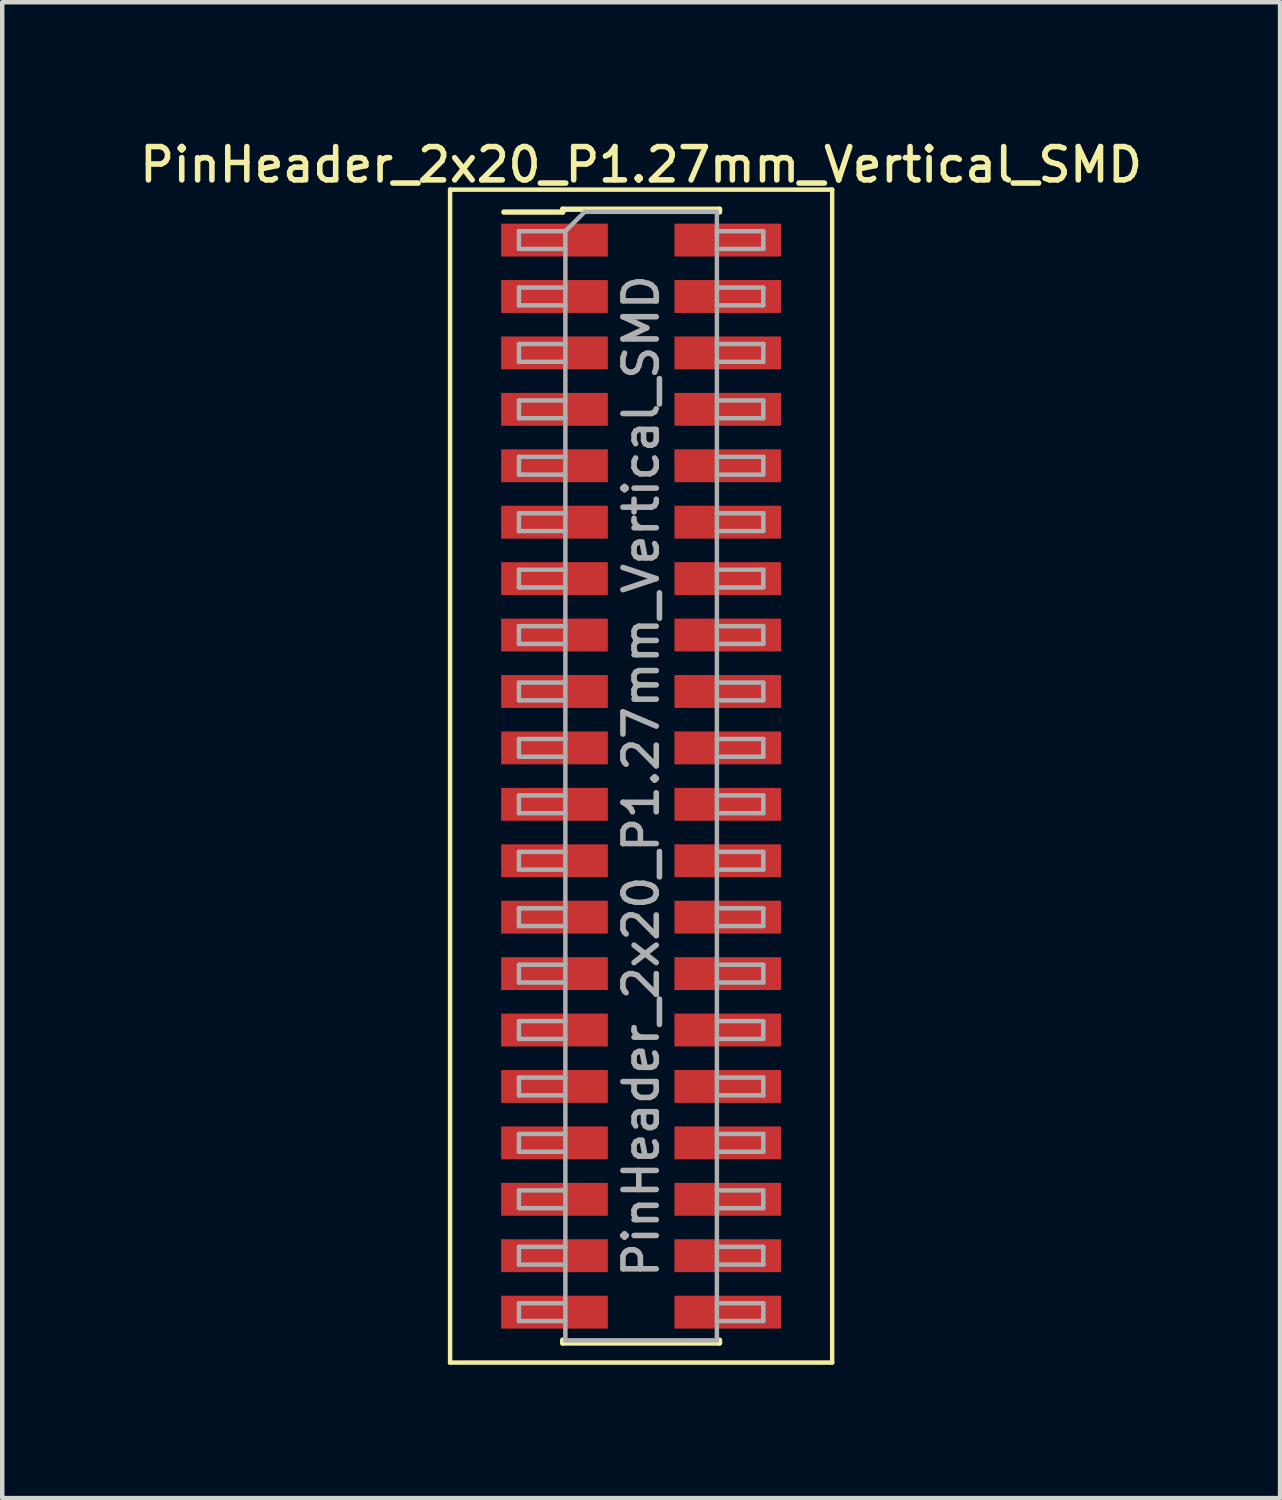
<source format=kicad_pcb>
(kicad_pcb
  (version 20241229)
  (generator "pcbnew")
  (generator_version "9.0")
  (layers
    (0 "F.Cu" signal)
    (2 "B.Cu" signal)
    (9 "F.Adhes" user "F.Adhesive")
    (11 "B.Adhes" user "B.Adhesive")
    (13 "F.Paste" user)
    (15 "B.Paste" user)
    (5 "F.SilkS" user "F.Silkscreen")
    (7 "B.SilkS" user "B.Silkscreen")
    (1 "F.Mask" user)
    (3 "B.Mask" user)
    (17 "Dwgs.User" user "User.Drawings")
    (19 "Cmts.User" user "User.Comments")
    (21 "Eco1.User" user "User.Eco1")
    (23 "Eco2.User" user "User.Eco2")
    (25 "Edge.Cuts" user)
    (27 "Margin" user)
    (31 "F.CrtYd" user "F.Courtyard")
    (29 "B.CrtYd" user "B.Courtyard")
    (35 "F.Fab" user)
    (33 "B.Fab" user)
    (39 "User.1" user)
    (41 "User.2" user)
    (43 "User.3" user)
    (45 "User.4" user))
  (footprint "PinHeader_2x20_P1.27mm_Vertical_SMD"
    (layer "F.Cu")
    (at 11.38 14.418)
    (property "Reference" "PinHeader_2x20_P1.27mm_Vertical_SMD" (at 0 -13.76 0) (layer "F.SilkS") (effects (font (size 0.75 0.75) (thickness 0.125))))
    (attr smd)
    (fp_line (start -4.3 -13.2) (end -4.3 13.2) (stroke (width 0.1) (type solid)) (layer "F.SilkS"))
    (fp_line (start -4.3 13.2) (end 4.3 13.2) (stroke (width 0.1) (type solid)) (layer "F.SilkS"))
    (fp_line (start -3.09 -12.695) (end -1.765 -12.695) (stroke (width 0.12) (type solid)) (layer "F.SilkS"))
    (fp_line (start -1.765 -12.76) (end -1.765 -12.695) (stroke (width 0.12) (type solid)) (layer "F.SilkS"))
    (fp_line (start -1.765 -12.76) (end 1.765 -12.76) (stroke (width 0.12) (type solid)) (layer "F.SilkS"))
    (fp_line (start -1.765 12.695) (end -1.765 12.76) (stroke (width 0.12) (type solid)) (layer "F.SilkS"))
    (fp_line (start -1.765 12.76) (end 1.765 12.76) (stroke (width 0.12) (type solid)) (layer "F.SilkS"))
    (fp_line (start 1.765 -12.76) (end 1.765 -12.695) (stroke (width 0.12) (type solid)) (layer "F.SilkS"))
    (fp_line (start 1.765 12.695) (end 1.765 12.76) (stroke (width 0.12) (type solid)) (layer "F.SilkS"))
    (fp_line (start 4.3 -13.2) (end -4.3 -13.2) (stroke (width 0.1) (type solid)) (layer "F.SilkS"))
    (fp_line (start 4.3 13.2) (end 4.3 -13.2) (stroke (width 0.1) (type solid)) (layer "F.SilkS"))
    (fp_line (start -2.75 -12.265) (end -2.75 -11.865) (stroke (width 0.1) (type solid)) (layer "F.Fab"))
    (fp_line (start -2.75 -11.865) (end -1.705 -11.865) (stroke (width 0.1) (type solid)) (layer "F.Fab"))
    (fp_line (start -2.75 -10.995) (end -2.75 -10.595) (stroke (width 0.1) (type solid)) (layer "F.Fab"))
    (fp_line (start -2.75 -10.595) (end -1.705 -10.595) (stroke (width 0.1) (type solid)) (layer "F.Fab"))
    (fp_line (start -2.75 -9.725) (end -2.75 -9.325) (stroke (width 0.1) (type solid)) (layer "F.Fab"))
    (fp_line (start -2.75 -9.325) (end -1.705 -9.325) (stroke (width 0.1) (type solid)) (layer "F.Fab"))
    (fp_line (start -2.75 -8.455) (end -2.75 -8.055) (stroke (width 0.1) (type solid)) (layer "F.Fab"))
    (fp_line (start -2.75 -8.055) (end -1.705 -8.055) (stroke (width 0.1) (type solid)) (layer "F.Fab"))
    (fp_line (start -2.75 -7.185) (end -2.75 -6.785) (stroke (width 0.1) (type solid)) (layer "F.Fab"))
    (fp_line (start -2.75 -6.785) (end -1.705 -6.785) (stroke (width 0.1) (type solid)) (layer "F.Fab"))
    (fp_line (start -2.75 -5.915) (end -2.75 -5.515) (stroke (width 0.1) (type solid)) (layer "F.Fab"))
    (fp_line (start -2.75 -5.515) (end -1.705 -5.515) (stroke (width 0.1) (type solid)) (layer "F.Fab"))
    (fp_line (start -2.75 -4.645) (end -2.75 -4.245) (stroke (width 0.1) (type solid)) (layer "F.Fab"))
    (fp_line (start -2.75 -4.245) (end -1.705 -4.245) (stroke (width 0.1) (type solid)) (layer "F.Fab"))
    (fp_line (start -2.75 -3.375) (end -2.75 -2.975) (stroke (width 0.1) (type solid)) (layer "F.Fab"))
    (fp_line (start -2.75 -2.975) (end -1.705 -2.975) (stroke (width 0.1) (type solid)) (layer "F.Fab"))
    (fp_line (start -2.75 -2.105) (end -2.75 -1.705) (stroke (width 0.1) (type solid)) (layer "F.Fab"))
    (fp_line (start -2.75 -1.705) (end -1.705 -1.705) (stroke (width 0.1) (type solid)) (layer "F.Fab"))
    (fp_line (start -2.75 -0.835) (end -2.75 -0.435) (stroke (width 0.1) (type solid)) (layer "F.Fab"))
    (fp_line (start -2.75 -0.435) (end -1.705 -0.435) (stroke (width 0.1) (type solid)) (layer "F.Fab"))
    (fp_line (start -2.75 0.435) (end -2.75 0.835) (stroke (width 0.1) (type solid)) (layer "F.Fab"))
    (fp_line (start -2.75 0.835) (end -1.705 0.835) (stroke (width 0.1) (type solid)) (layer "F.Fab"))
    (fp_line (start -2.75 1.705) (end -2.75 2.105) (stroke (width 0.1) (type solid)) (layer "F.Fab"))
    (fp_line (start -2.75 2.105) (end -1.705 2.105) (stroke (width 0.1) (type solid)) (layer "F.Fab"))
    (fp_line (start -2.75 2.975) (end -2.75 3.375) (stroke (width 0.1) (type solid)) (layer "F.Fab"))
    (fp_line (start -2.75 3.375) (end -1.705 3.375) (stroke (width 0.1) (type solid)) (layer "F.Fab"))
    (fp_line (start -2.75 4.245) (end -2.75 4.645) (stroke (width 0.1) (type solid)) (layer "F.Fab"))
    (fp_line (start -2.75 4.645) (end -1.705 4.645) (stroke (width 0.1) (type solid)) (layer "F.Fab"))
    (fp_line (start -2.75 5.515) (end -2.75 5.915) (stroke (width 0.1) (type solid)) (layer "F.Fab"))
    (fp_line (start -2.75 5.915) (end -1.705 5.915) (stroke (width 0.1) (type solid)) (layer "F.Fab"))
    (fp_line (start -2.75 6.785) (end -2.75 7.185) (stroke (width 0.1) (type solid)) (layer "F.Fab"))
    (fp_line (start -2.75 7.185) (end -1.705 7.185) (stroke (width 0.1) (type solid)) (layer "F.Fab"))
    (fp_line (start -2.75 8.055) (end -2.75 8.455) (stroke (width 0.1) (type solid)) (layer "F.Fab"))
    (fp_line (start -2.75 8.455) (end -1.705 8.455) (stroke (width 0.1) (type solid)) (layer "F.Fab"))
    (fp_line (start -2.75 9.325) (end -2.75 9.725) (stroke (width 0.1) (type solid)) (layer "F.Fab"))
    (fp_line (start -2.75 9.725) (end -1.705 9.725) (stroke (width 0.1) (type solid)) (layer "F.Fab"))
    (fp_line (start -2.75 10.595) (end -2.75 10.995) (stroke (width 0.1) (type solid)) (layer "F.Fab"))
    (fp_line (start -2.75 10.995) (end -1.705 10.995) (stroke (width 0.1) (type solid)) (layer "F.Fab"))
    (fp_line (start -2.75 11.865) (end -2.75 12.265) (stroke (width 0.1) (type solid)) (layer "F.Fab"))
    (fp_line (start -2.75 12.265) (end -1.705 12.265) (stroke (width 0.1) (type solid)) (layer "F.Fab"))
    (fp_line (start -1.705 -12.265) (end -2.75 -12.265) (stroke (width 0.1) (type solid)) (layer "F.Fab"))
    (fp_line (start -1.705 -12.265) (end -1.27 -12.7) (stroke (width 0.1) (type solid)) (layer "F.Fab"))
    (fp_line (start -1.705 -10.995) (end -2.75 -10.995) (stroke (width 0.1) (type solid)) (layer "F.Fab"))
    (fp_line (start -1.705 -9.725) (end -2.75 -9.725) (stroke (width 0.1) (type solid)) (layer "F.Fab"))
    (fp_line (start -1.705 -8.455) (end -2.75 -8.455) (stroke (width 0.1) (type solid)) (layer "F.Fab"))
    (fp_line (start -1.705 -7.185) (end -2.75 -7.185) (stroke (width 0.1) (type solid)) (layer "F.Fab"))
    (fp_line (start -1.705 -5.915) (end -2.75 -5.915) (stroke (width 0.1) (type solid)) (layer "F.Fab"))
    (fp_line (start -1.705 -4.645) (end -2.75 -4.645) (stroke (width 0.1) (type solid)) (layer "F.Fab"))
    (fp_line (start -1.705 -3.375) (end -2.75 -3.375) (stroke (width 0.1) (type solid)) (layer "F.Fab"))
    (fp_line (start -1.705 -2.105) (end -2.75 -2.105) (stroke (width 0.1) (type solid)) (layer "F.Fab"))
    (fp_line (start -1.705 -0.835) (end -2.75 -0.835) (stroke (width 0.1) (type solid)) (layer "F.Fab"))
    (fp_line (start -1.705 0.435) (end -2.75 0.435) (stroke (width 0.1) (type solid)) (layer "F.Fab"))
    (fp_line (start -1.705 1.705) (end -2.75 1.705) (stroke (width 0.1) (type solid)) (layer "F.Fab"))
    (fp_line (start -1.705 2.975) (end -2.75 2.975) (stroke (width 0.1) (type solid)) (layer "F.Fab"))
    (fp_line (start -1.705 4.245) (end -2.75 4.245) (stroke (width 0.1) (type solid)) (layer "F.Fab"))
    (fp_line (start -1.705 5.515) (end -2.75 5.515) (stroke (width 0.1) (type solid)) (layer "F.Fab"))
    (fp_line (start -1.705 6.785) (end -2.75 6.785) (stroke (width 0.1) (type solid)) (layer "F.Fab"))
    (fp_line (start -1.705 8.055) (end -2.75 8.055) (stroke (width 0.1) (type solid)) (layer "F.Fab"))
    (fp_line (start -1.705 9.325) (end -2.75 9.325) (stroke (width 0.1) (type solid)) (layer "F.Fab"))
    (fp_line (start -1.705 10.595) (end -2.75 10.595) (stroke (width 0.1) (type solid)) (layer "F.Fab"))
    (fp_line (start -1.705 11.865) (end -2.75 11.865) (stroke (width 0.1) (type solid)) (layer "F.Fab"))
    (fp_line (start -1.705 12.7) (end -1.705 -12.265) (stroke (width 0.1) (type solid)) (layer "F.Fab"))
    (fp_line (start -1.27 -12.7) (end 1.705 -12.7) (stroke (width 0.1) (type solid)) (layer "F.Fab"))
    (fp_line (start 1.705 -12.7) (end 1.705 12.7) (stroke (width 0.1) (type solid)) (layer "F.Fab"))
    (fp_line (start 1.705 -12.265) (end 2.75 -12.265) (stroke (width 0.1) (type solid)) (layer "F.Fab"))
    (fp_line (start 1.705 -10.995) (end 2.75 -10.995) (stroke (width 0.1) (type solid)) (layer "F.Fab"))
    (fp_line (start 1.705 -9.725) (end 2.75 -9.725) (stroke (width 0.1) (type solid)) (layer "F.Fab"))
    (fp_line (start 1.705 -8.455) (end 2.75 -8.455) (stroke (width 0.1) (type solid)) (layer "F.Fab"))
    (fp_line (start 1.705 -7.185) (end 2.75 -7.185) (stroke (width 0.1) (type solid)) (layer "F.Fab"))
    (fp_line (start 1.705 -5.915) (end 2.75 -5.915) (stroke (width 0.1) (type solid)) (layer "F.Fab"))
    (fp_line (start 1.705 -4.645) (end 2.75 -4.645) (stroke (width 0.1) (type solid)) (layer "F.Fab"))
    (fp_line (start 1.705 -3.375) (end 2.75 -3.375) (stroke (width 0.1) (type solid)) (layer "F.Fab"))
    (fp_line (start 1.705 -2.105) (end 2.75 -2.105) (stroke (width 0.1) (type solid)) (layer "F.Fab"))
    (fp_line (start 1.705 -0.835) (end 2.75 -0.835) (stroke (width 0.1) (type solid)) (layer "F.Fab"))
    (fp_line (start 1.705 0.435) (end 2.75 0.435) (stroke (width 0.1) (type solid)) (layer "F.Fab"))
    (fp_line (start 1.705 1.705) (end 2.75 1.705) (stroke (width 0.1) (type solid)) (layer "F.Fab"))
    (fp_line (start 1.705 2.975) (end 2.75 2.975) (stroke (width 0.1) (type solid)) (layer "F.Fab"))
    (fp_line (start 1.705 4.245) (end 2.75 4.245) (stroke (width 0.1) (type solid)) (layer "F.Fab"))
    (fp_line (start 1.705 5.515) (end 2.75 5.515) (stroke (width 0.1) (type solid)) (layer "F.Fab"))
    (fp_line (start 1.705 6.785) (end 2.75 6.785) (stroke (width 0.1) (type solid)) (layer "F.Fab"))
    (fp_line (start 1.705 8.055) (end 2.75 8.055) (stroke (width 0.1) (type solid)) (layer "F.Fab"))
    (fp_line (start 1.705 9.325) (end 2.75 9.325) (stroke (width 0.1) (type solid)) (layer "F.Fab"))
    (fp_line (start 1.705 10.595) (end 2.75 10.595) (stroke (width 0.1) (type solid)) (layer "F.Fab"))
    (fp_line (start 1.705 11.865) (end 2.75 11.865) (stroke (width 0.1) (type solid)) (layer "F.Fab"))
    (fp_line (start 1.705 12.7) (end -1.705 12.7) (stroke (width 0.1) (type solid)) (layer "F.Fab"))
    (fp_line (start 2.75 -12.265) (end 2.75 -11.865) (stroke (width 0.1) (type solid)) (layer "F.Fab"))
    (fp_line (start 2.75 -11.865) (end 1.705 -11.865) (stroke (width 0.1) (type solid)) (layer "F.Fab"))
    (fp_line (start 2.75 -10.995) (end 2.75 -10.595) (stroke (width 0.1) (type solid)) (layer "F.Fab"))
    (fp_line (start 2.75 -10.595) (end 1.705 -10.595) (stroke (width 0.1) (type solid)) (layer "F.Fab"))
    (fp_line (start 2.75 -9.725) (end 2.75 -9.325) (stroke (width 0.1) (type solid)) (layer "F.Fab"))
    (fp_line (start 2.75 -9.325) (end 1.705 -9.325) (stroke (width 0.1) (type solid)) (layer "F.Fab"))
    (fp_line (start 2.75 -8.455) (end 2.75 -8.055) (stroke (width 0.1) (type solid)) (layer "F.Fab"))
    (fp_line (start 2.75 -8.055) (end 1.705 -8.055) (stroke (width 0.1) (type solid)) (layer "F.Fab"))
    (fp_line (start 2.75 -7.185) (end 2.75 -6.785) (stroke (width 0.1) (type solid)) (layer "F.Fab"))
    (fp_line (start 2.75 -6.785) (end 1.705 -6.785) (stroke (width 0.1) (type solid)) (layer "F.Fab"))
    (fp_line (start 2.75 -5.915) (end 2.75 -5.515) (stroke (width 0.1) (type solid)) (layer "F.Fab"))
    (fp_line (start 2.75 -5.515) (end 1.705 -5.515) (stroke (width 0.1) (type solid)) (layer "F.Fab"))
    (fp_line (start 2.75 -4.645) (end 2.75 -4.245) (stroke (width 0.1) (type solid)) (layer "F.Fab"))
    (fp_line (start 2.75 -4.245) (end 1.705 -4.245) (stroke (width 0.1) (type solid)) (layer "F.Fab"))
    (fp_line (start 2.75 -3.375) (end 2.75 -2.975) (stroke (width 0.1) (type solid)) (layer "F.Fab"))
    (fp_line (start 2.75 -2.975) (end 1.705 -2.975) (stroke (width 0.1) (type solid)) (layer "F.Fab"))
    (fp_line (start 2.75 -2.105) (end 2.75 -1.705) (stroke (width 0.1) (type solid)) (layer "F.Fab"))
    (fp_line (start 2.75 -1.705) (end 1.705 -1.705) (stroke (width 0.1) (type solid)) (layer "F.Fab"))
    (fp_line (start 2.75 -0.835) (end 2.75 -0.435) (stroke (width 0.1) (type solid)) (layer "F.Fab"))
    (fp_line (start 2.75 -0.435) (end 1.705 -0.435) (stroke (width 0.1) (type solid)) (layer "F.Fab"))
    (fp_line (start 2.75 0.435) (end 2.75 0.835) (stroke (width 0.1) (type solid)) (layer "F.Fab"))
    (fp_line (start 2.75 0.835) (end 1.705 0.835) (stroke (width 0.1) (type solid)) (layer "F.Fab"))
    (fp_line (start 2.75 1.705) (end 2.75 2.105) (stroke (width 0.1) (type solid)) (layer "F.Fab"))
    (fp_line (start 2.75 2.105) (end 1.705 2.105) (stroke (width 0.1) (type solid)) (layer "F.Fab"))
    (fp_line (start 2.75 2.975) (end 2.75 3.375) (stroke (width 0.1) (type solid)) (layer "F.Fab"))
    (fp_line (start 2.75 3.375) (end 1.705 3.375) (stroke (width 0.1) (type solid)) (layer "F.Fab"))
    (fp_line (start 2.75 4.245) (end 2.75 4.645) (stroke (width 0.1) (type solid)) (layer "F.Fab"))
    (fp_line (start 2.75 4.645) (end 1.705 4.645) (stroke (width 0.1) (type solid)) (layer "F.Fab"))
    (fp_line (start 2.75 5.515) (end 2.75 5.915) (stroke (width 0.1) (type solid)) (layer "F.Fab"))
    (fp_line (start 2.75 5.915) (end 1.705 5.915) (stroke (width 0.1) (type solid)) (layer "F.Fab"))
    (fp_line (start 2.75 6.785) (end 2.75 7.185) (stroke (width 0.1) (type solid)) (layer "F.Fab"))
    (fp_line (start 2.75 7.185) (end 1.705 7.185) (stroke (width 0.1) (type solid)) (layer "F.Fab"))
    (fp_line (start 2.75 8.055) (end 2.75 8.455) (stroke (width 0.1) (type solid)) (layer "F.Fab"))
    (fp_line (start 2.75 8.455) (end 1.705 8.455) (stroke (width 0.1) (type solid)) (layer "F.Fab"))
    (fp_line (start 2.75 9.325) (end 2.75 9.725) (stroke (width 0.1) (type solid)) (layer "F.Fab"))
    (fp_line (start 2.75 9.725) (end 1.705 9.725) (stroke (width 0.1) (type solid)) (layer "F.Fab"))
    (fp_line (start 2.75 10.595) (end 2.75 10.995) (stroke (width 0.1) (type solid)) (layer "F.Fab"))
    (fp_line (start 2.75 10.995) (end 1.705 10.995) (stroke (width 0.1) (type solid)) (layer "F.Fab"))
    (fp_line (start 2.75 11.865) (end 2.75 12.265) (stroke (width 0.1) (type solid)) (layer "F.Fab"))
    (fp_line (start 2.75 12.265) (end 1.705 12.265) (stroke (width 0.1) (type solid)) (layer "F.Fab"))
    (fp_text user "${REFERENCE}" (at 0 0 90) (layer "F.Fab") (effects (font (size 0.75 0.75) (thickness 0.125))))
    (pad "1" smd rect (at -1.95 -12.065) (size 2.4 0.74) (layers "F.Cu" "F.Mask" "F.Paste"))
    (pad "2" smd rect (at 1.95 -12.065) (size 2.4 0.74) (layers "F.Cu" "F.Mask" "F.Paste"))
    (pad "3" smd rect (at -1.95 -10.795) (size 2.4 0.74) (layers "F.Cu" "F.Mask" "F.Paste"))
    (pad "4" smd rect (at 1.95 -10.795) (size 2.4 0.74) (layers "F.Cu" "F.Mask" "F.Paste"))
    (pad "5" smd rect (at -1.95 -9.525) (size 2.4 0.74) (layers "F.Cu" "F.Mask" "F.Paste"))
    (pad "6" smd rect (at 1.95 -9.525) (size 2.4 0.74) (layers "F.Cu" "F.Mask" "F.Paste"))
    (pad "7" smd rect (at -1.95 -8.255) (size 2.4 0.74) (layers "F.Cu" "F.Mask" "F.Paste"))
    (pad "8" smd rect (at 1.95 -8.255) (size 2.4 0.74) (layers "F.Cu" "F.Mask" "F.Paste"))
    (pad "9" smd rect (at -1.95 -6.985) (size 2.4 0.74) (layers "F.Cu" "F.Mask" "F.Paste"))
    (pad "10" smd rect (at 1.95 -6.985) (size 2.4 0.74) (layers "F.Cu" "F.Mask" "F.Paste"))
    (pad "11" smd rect (at -1.95 -5.715) (size 2.4 0.74) (layers "F.Cu" "F.Mask" "F.Paste"))
    (pad "12" smd rect (at 1.95 -5.715) (size 2.4 0.74) (layers "F.Cu" "F.Mask" "F.Paste"))
    (pad "13" smd rect (at -1.95 -4.445) (size 2.4 0.74) (layers "F.Cu" "F.Mask" "F.Paste"))
    (pad "14" smd rect (at 1.95 -4.445) (size 2.4 0.74) (layers "F.Cu" "F.Mask" "F.Paste"))
    (pad "15" smd rect (at -1.95 -3.175) (size 2.4 0.74) (layers "F.Cu" "F.Mask" "F.Paste"))
    (pad "16" smd rect (at 1.95 -3.175) (size 2.4 0.74) (layers "F.Cu" "F.Mask" "F.Paste"))
    (pad "17" smd rect (at -1.95 -1.905) (size 2.4 0.74) (layers "F.Cu" "F.Mask" "F.Paste"))
    (pad "18" smd rect (at 1.95 -1.905) (size 2.4 0.74) (layers "F.Cu" "F.Mask" "F.Paste"))
    (pad "19" smd rect (at -1.95 -0.635) (size 2.4 0.74) (layers "F.Cu" "F.Mask" "F.Paste"))
    (pad "20" smd rect (at 1.95 -0.635) (size 2.4 0.74) (layers "F.Cu" "F.Mask" "F.Paste"))
    (pad "21" smd rect (at -1.95 0.635) (size 2.4 0.74) (layers "F.Cu" "F.Mask" "F.Paste"))
    (pad "22" smd rect (at 1.95 0.635) (size 2.4 0.74) (layers "F.Cu" "F.Mask" "F.Paste"))
    (pad "23" smd rect (at -1.95 1.905) (size 2.4 0.74) (layers "F.Cu" "F.Mask" "F.Paste"))
    (pad "24" smd rect (at 1.95 1.905) (size 2.4 0.74) (layers "F.Cu" "F.Mask" "F.Paste"))
    (pad "25" smd rect (at -1.95 3.175) (size 2.4 0.74) (layers "F.Cu" "F.Mask" "F.Paste"))
    (pad "26" smd rect (at 1.95 3.175) (size 2.4 0.74) (layers "F.Cu" "F.Mask" "F.Paste"))
    (pad "27" smd rect (at -1.95 4.445) (size 2.4 0.74) (layers "F.Cu" "F.Mask" "F.Paste"))
    (pad "28" smd rect (at 1.95 4.445) (size 2.4 0.74) (layers "F.Cu" "F.Mask" "F.Paste"))
    (pad "29" smd rect (at -1.95 5.715) (size 2.4 0.74) (layers "F.Cu" "F.Mask" "F.Paste"))
    (pad "30" smd rect (at 1.95 5.715) (size 2.4 0.74) (layers "F.Cu" "F.Mask" "F.Paste"))
    (pad "31" smd rect (at -1.95 6.985) (size 2.4 0.74) (layers "F.Cu" "F.Mask" "F.Paste"))
    (pad "32" smd rect (at 1.95 6.985) (size 2.4 0.74) (layers "F.Cu" "F.Mask" "F.Paste"))
    (pad "33" smd rect (at -1.95 8.255) (size 2.4 0.74) (layers "F.Cu" "F.Mask" "F.Paste"))
    (pad "34" smd rect (at 1.95 8.255) (size 2.4 0.74) (layers "F.Cu" "F.Mask" "F.Paste"))
    (pad "35" smd rect (at -1.95 9.525) (size 2.4 0.74) (layers "F.Cu" "F.Mask" "F.Paste"))
    (pad "36" smd rect (at 1.95 9.525) (size 2.4 0.74) (layers "F.Cu" "F.Mask" "F.Paste"))
    (pad "37" smd rect (at -1.95 10.795) (size 2.4 0.74) (layers "F.Cu" "F.Mask" "F.Paste"))
    (pad "38" smd rect (at 1.95 10.795) (size 2.4 0.74) (layers "F.Cu" "F.Mask" "F.Paste"))
    (pad "39" smd rect (at -1.95 12.065) (size 2.4 0.74) (layers "F.Cu" "F.Mask" "F.Paste"))
    (pad "40" smd rect (at 1.95 12.065) (size 2.4 0.74) (layers "F.Cu" "F.Mask" "F.Paste")))
  (gr_rect
    (start -3 -3)
    (end 25.761 30.668)
    (stroke (width 0.1) (type default))
    (fill no)
    (layer "Edge.Cuts")))
</source>
